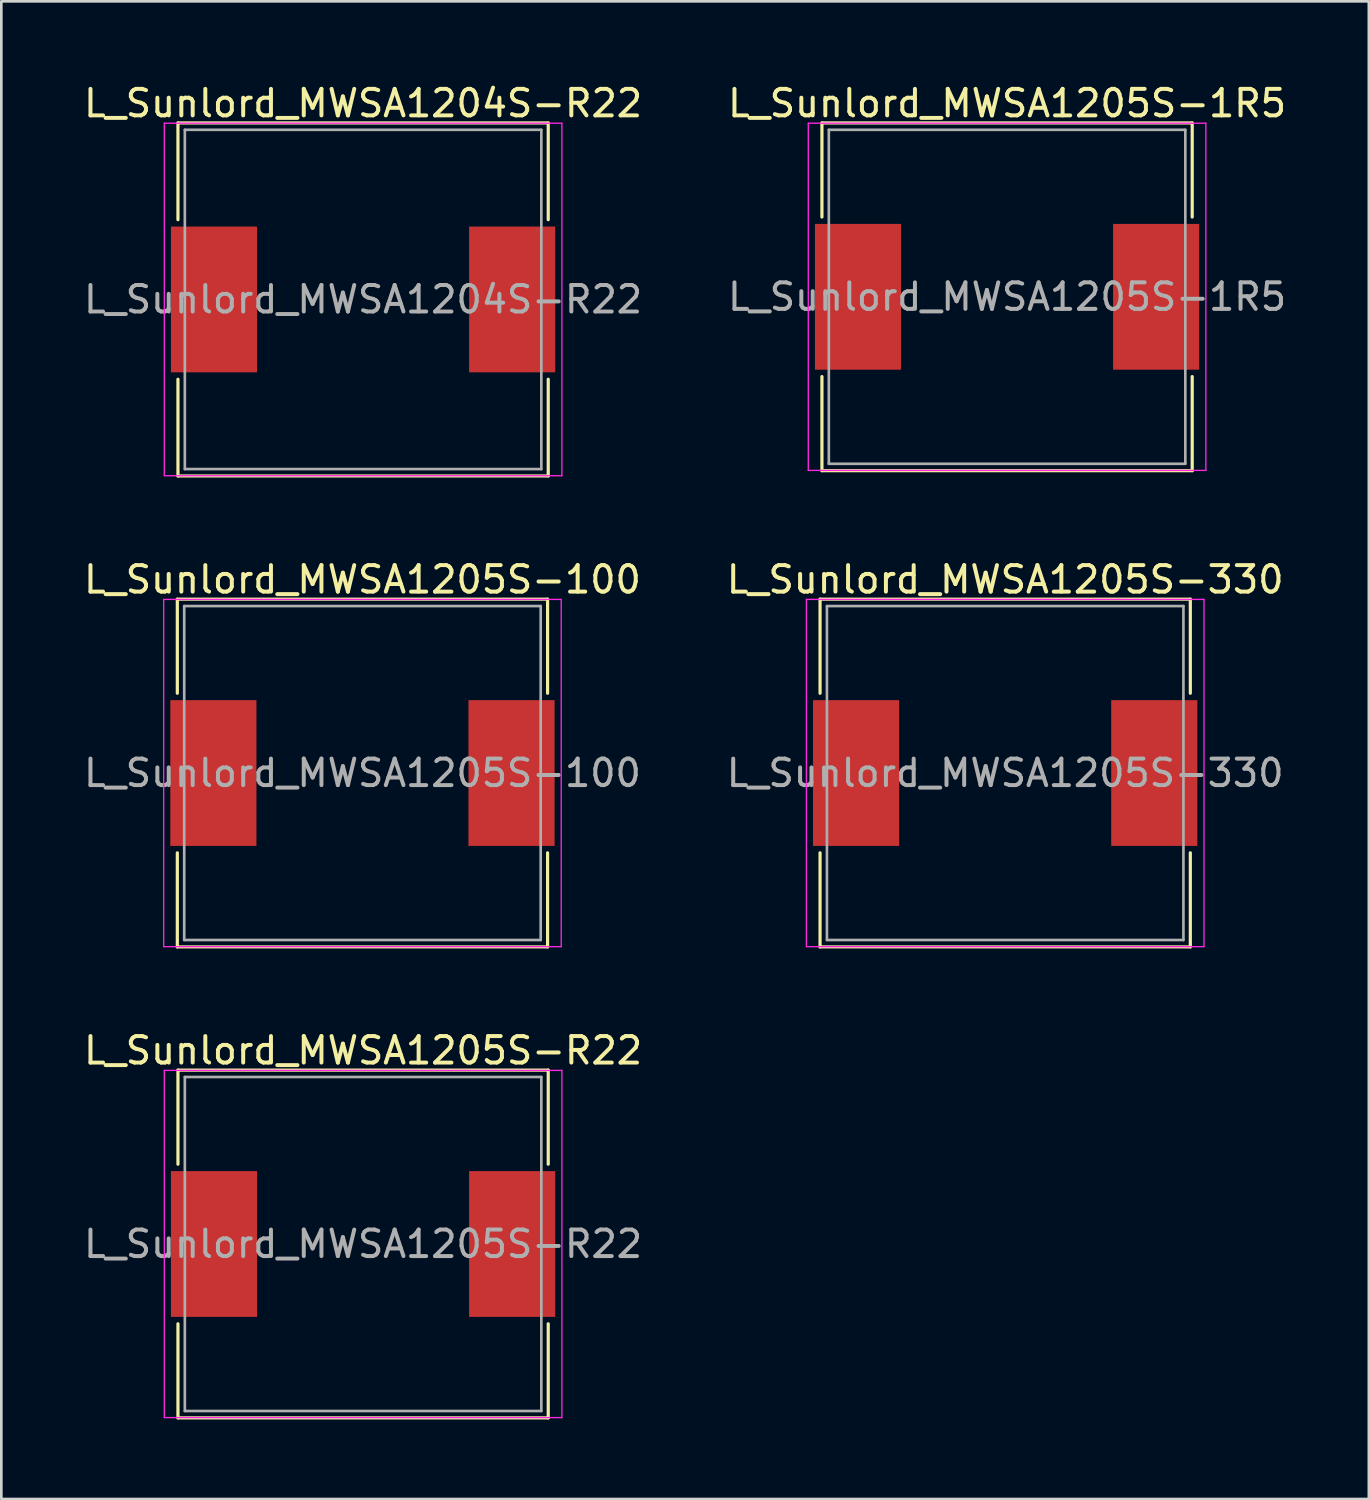
<source format=kicad_pcb>
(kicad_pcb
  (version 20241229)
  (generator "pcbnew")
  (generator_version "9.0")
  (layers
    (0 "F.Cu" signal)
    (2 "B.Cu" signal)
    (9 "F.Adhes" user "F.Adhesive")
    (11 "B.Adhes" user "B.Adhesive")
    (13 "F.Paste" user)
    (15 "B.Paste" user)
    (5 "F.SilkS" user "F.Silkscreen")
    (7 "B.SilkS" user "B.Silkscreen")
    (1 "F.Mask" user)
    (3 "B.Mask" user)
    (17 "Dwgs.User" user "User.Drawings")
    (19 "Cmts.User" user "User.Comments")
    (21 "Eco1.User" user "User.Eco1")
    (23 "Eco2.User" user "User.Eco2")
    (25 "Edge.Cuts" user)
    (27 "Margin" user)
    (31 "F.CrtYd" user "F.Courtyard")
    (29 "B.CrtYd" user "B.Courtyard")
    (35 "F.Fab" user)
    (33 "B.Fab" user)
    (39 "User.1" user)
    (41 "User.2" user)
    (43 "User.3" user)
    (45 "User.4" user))
  (footprint "L_Sunlord_MWSA1205S-1R5"
    (layer "F.Cu")
    (at 34.946 8.148)
    (property "Reference" "L_Sunlord_MWSA1205S-1R5" (at 0 -7.3 0) (layer "F.SilkS") (effects (font (size 1 1) (thickness 0.15))))
    (attr smd)
    (fp_line (start -6.985 -6.56) (end -6.985 -3.01) (stroke (width 0.12) (type solid)) (layer "F.SilkS"))
    (fp_line (start -6.985 -6.56) (end 6.985 -6.56) (stroke (width 0.12) (type solid)) (layer "F.SilkS"))
    (fp_line (start -6.985 6.56) (end -6.985 3.01) (stroke (width 0.12) (type solid)) (layer "F.SilkS"))
    (fp_line (start -6.985 6.56) (end 6.985 6.56) (stroke (width 0.12) (type solid)) (layer "F.SilkS"))
    (fp_line (start 6.985 -6.56) (end 6.985 -3.01) (stroke (width 0.12) (type solid)) (layer "F.SilkS"))
    (fp_line (start 6.985 6.56) (end 6.985 3.01) (stroke (width 0.12) (type solid)) (layer "F.SilkS"))
    (fp_line (start -7.5 -6.55) (end -7.5 6.55) (stroke (width 0.05) (type solid)) (layer "F.CrtYd"))
    (fp_line (start -7.5 6.55) (end 7.5 6.55) (stroke (width 0.05) (type solid)) (layer "F.CrtYd"))
    (fp_line (start 7.5 -6.55) (end -7.5 -6.55) (stroke (width 0.05) (type solid)) (layer "F.CrtYd"))
    (fp_line (start 7.5 6.55) (end 7.5 -6.55) (stroke (width 0.05) (type solid)) (layer "F.CrtYd"))
    (fp_line (start -6.725 -6.3) (end -6.725 6.3) (stroke (width 0.1) (type solid)) (layer "F.Fab"))
    (fp_line (start -6.725 6.3) (end 6.725 6.3) (stroke (width 0.1) (type solid)) (layer "F.Fab"))
    (fp_line (start 6.725 -6.3) (end -6.725 -6.3) (stroke (width 0.1) (type solid)) (layer "F.Fab"))
    (fp_line (start 6.725 6.3) (end 6.725 -6.3) (stroke (width 0.1) (type solid)) (layer "F.Fab"))
    (fp_text user "${REFERENCE}" (at 0 0 0) (layer "F.Fab") (effects (font (size 1 1) (thickness 0.15))))
    (pad "1" smd rect (at -5.625 0) (size 3.25 5.5) (layers "F.Cu" "F.Mask" "F.Paste"))
    (pad "2" smd rect (at 5.625 0) (size 3.25 5.5) (layers "F.Cu" "F.Mask" "F.Paste")))
  (footprint "L_Sunlord_MWSA1205S-R22"
    (layer "F.Cu")
    (at 10.649 43.885)
    (property "Reference" "L_Sunlord_MWSA1205S-R22" (at 0 -7.3 0) (layer "F.SilkS") (effects (font (size 1 1) (thickness 0.15))))
    (attr smd)
    (fp_line (start -6.985 -6.56) (end -6.985 -3.01) (stroke (width 0.12) (type solid)) (layer "F.SilkS"))
    (fp_line (start -6.985 -6.56) (end 6.985 -6.56) (stroke (width 0.12) (type solid)) (layer "F.SilkS"))
    (fp_line (start -6.985 6.56) (end -6.985 3.01) (stroke (width 0.12) (type solid)) (layer "F.SilkS"))
    (fp_line (start -6.985 6.56) (end 6.985 6.56) (stroke (width 0.12) (type solid)) (layer "F.SilkS"))
    (fp_line (start 6.985 -6.56) (end 6.985 -3.01) (stroke (width 0.12) (type solid)) (layer "F.SilkS"))
    (fp_line (start 6.985 6.56) (end 6.985 3.01) (stroke (width 0.12) (type solid)) (layer "F.SilkS"))
    (fp_line (start -7.5 -6.55) (end -7.5 6.55) (stroke (width 0.05) (type solid)) (layer "F.CrtYd"))
    (fp_line (start -7.5 6.55) (end 7.5 6.55) (stroke (width 0.05) (type solid)) (layer "F.CrtYd"))
    (fp_line (start 7.5 -6.55) (end -7.5 -6.55) (stroke (width 0.05) (type solid)) (layer "F.CrtYd"))
    (fp_line (start 7.5 6.55) (end 7.5 -6.55) (stroke (width 0.05) (type solid)) (layer "F.CrtYd"))
    (fp_line (start -6.725 -6.3) (end -6.725 6.3) (stroke (width 0.1) (type solid)) (layer "F.Fab"))
    (fp_line (start -6.725 6.3) (end 6.725 6.3) (stroke (width 0.1) (type solid)) (layer "F.Fab"))
    (fp_line (start 6.725 -6.3) (end -6.725 -6.3) (stroke (width 0.1) (type solid)) (layer "F.Fab"))
    (fp_line (start 6.725 6.3) (end 6.725 -6.3) (stroke (width 0.1) (type solid)) (layer "F.Fab"))
    (fp_text user "${REFERENCE}" (at 0 0 0) (layer "F.Fab") (effects (font (size 1 1) (thickness 0.15))))
    (pad "1" smd rect (at -5.625 0) (size 3.25 5.5) (layers "F.Cu" "F.Mask" "F.Paste"))
    (pad "2" smd rect (at 5.625 0) (size 3.25 5.5) (layers "F.Cu" "F.Mask" "F.Paste")))
  (footprint "L_Sunlord_MWSA1205S-100"
    (layer "F.Cu")
    (at 10.625 26.116)
    (property "Reference" "L_Sunlord_MWSA1205S-100" (at 0 -7.3 0) (layer "F.SilkS") (effects (font (size 1 1) (thickness 0.15))))
    (attr smd)
    (fp_line (start -6.985 -6.56) (end -6.985 -3.01) (stroke (width 0.12) (type solid)) (layer "F.SilkS"))
    (fp_line (start -6.985 -6.56) (end 6.985 -6.56) (stroke (width 0.12) (type solid)) (layer "F.SilkS"))
    (fp_line (start -6.985 6.56) (end -6.985 3.01) (stroke (width 0.12) (type solid)) (layer "F.SilkS"))
    (fp_line (start -6.985 6.56) (end 6.985 6.56) (stroke (width 0.12) (type solid)) (layer "F.SilkS"))
    (fp_line (start 6.985 -6.56) (end 6.985 -3.01) (stroke (width 0.12) (type solid)) (layer "F.SilkS"))
    (fp_line (start 6.985 6.56) (end 6.985 3.01) (stroke (width 0.12) (type solid)) (layer "F.SilkS"))
    (fp_line (start -7.5 -6.55) (end -7.5 6.55) (stroke (width 0.05) (type solid)) (layer "F.CrtYd"))
    (fp_line (start -7.5 6.55) (end 7.5 6.55) (stroke (width 0.05) (type solid)) (layer "F.CrtYd"))
    (fp_line (start 7.5 -6.55) (end -7.5 -6.55) (stroke (width 0.05) (type solid)) (layer "F.CrtYd"))
    (fp_line (start 7.5 6.55) (end 7.5 -6.55) (stroke (width 0.05) (type solid)) (layer "F.CrtYd"))
    (fp_line (start -6.725 -6.3) (end -6.725 6.3) (stroke (width 0.1) (type solid)) (layer "F.Fab"))
    (fp_line (start -6.725 6.3) (end 6.725 6.3) (stroke (width 0.1) (type solid)) (layer "F.Fab"))
    (fp_line (start 6.725 -6.3) (end -6.725 -6.3) (stroke (width 0.1) (type solid)) (layer "F.Fab"))
    (fp_line (start 6.725 6.3) (end 6.725 -6.3) (stroke (width 0.1) (type solid)) (layer "F.Fab"))
    (fp_text user "${REFERENCE}" (at 0 0 0) (layer "F.Fab") (effects (font (size 1 1) (thickness 0.15))))
    (pad "1" smd rect (at -5.625 0) (size 3.25 5.5) (layers "F.Cu" "F.Mask" "F.Paste"))
    (pad "2" smd rect (at 5.625 0) (size 3.25 5.5) (layers "F.Cu" "F.Mask" "F.Paste")))
  (footprint "L_Sunlord_MWSA1204S-R22"
    (layer "F.Cu")
    (at 10.649 8.248)
    (property "Reference" "L_Sunlord_MWSA1204S-R22" (at 0 -7.4 0) (layer "F.SilkS") (effects (font (size 1 1) (thickness 0.15))))
    (attr smd)
    (fp_line (start -6.985 -6.66) (end -6.985 -3.01) (stroke (width 0.12) (type solid)) (layer "F.SilkS"))
    (fp_line (start -6.985 -6.66) (end 6.985 -6.66) (stroke (width 0.12) (type solid)) (layer "F.SilkS"))
    (fp_line (start -6.985 6.66) (end -6.985 3.01) (stroke (width 0.12) (type solid)) (layer "F.SilkS"))
    (fp_line (start -6.985 6.66) (end 6.985 6.66) (stroke (width 0.12) (type solid)) (layer "F.SilkS"))
    (fp_line (start 6.985 -6.66) (end 6.985 -3.01) (stroke (width 0.12) (type solid)) (layer "F.SilkS"))
    (fp_line (start 6.985 6.66) (end 6.985 3.01) (stroke (width 0.12) (type solid)) (layer "F.SilkS"))
    (fp_line (start -7.5 -6.65) (end -7.5 6.65) (stroke (width 0.05) (type solid)) (layer "F.CrtYd"))
    (fp_line (start -7.5 6.65) (end 7.5 6.65) (stroke (width 0.05) (type solid)) (layer "F.CrtYd"))
    (fp_line (start 7.5 -6.65) (end -7.5 -6.65) (stroke (width 0.05) (type solid)) (layer "F.CrtYd"))
    (fp_line (start 7.5 6.65) (end 7.5 -6.65) (stroke (width 0.05) (type solid)) (layer "F.CrtYd"))
    (fp_line (start -6.725 -6.4) (end -6.725 6.4) (stroke (width 0.1) (type solid)) (layer "F.Fab"))
    (fp_line (start -6.725 6.4) (end 6.725 6.4) (stroke (width 0.1) (type solid)) (layer "F.Fab"))
    (fp_line (start 6.725 -6.4) (end -6.725 -6.4) (stroke (width 0.1) (type solid)) (layer "F.Fab"))
    (fp_line (start 6.725 6.4) (end 6.725 -6.4) (stroke (width 0.1) (type solid)) (layer "F.Fab"))
    (fp_text user "${REFERENCE}" (at 0 0 0) (layer "F.Fab") (effects (font (size 1 1) (thickness 0.15))))
    (pad "1" smd rect (at -5.625 0) (size 3.25 5.5) (layers "F.Cu" "F.Mask" "F.Paste"))
    (pad "2" smd rect (at 5.625 0) (size 3.25 5.5) (layers "F.Cu" "F.Mask" "F.Paste")))
  (footprint "L_Sunlord_MWSA1205S-330"
    (layer "F.Cu")
    (at 34.875 26.116)
    (property "Reference" "L_Sunlord_MWSA1205S-330" (at 0 -7.3 0) (layer "F.SilkS") (effects (font (size 1 1) (thickness 0.15))))
    (attr smd)
    (fp_line (start -6.985 -6.56) (end -6.985 -3.01) (stroke (width 0.12) (type solid)) (layer "F.SilkS"))
    (fp_line (start -6.985 -6.56) (end 6.985 -6.56) (stroke (width 0.12) (type solid)) (layer "F.SilkS"))
    (fp_line (start -6.985 6.56) (end -6.985 3.01) (stroke (width 0.12) (type solid)) (layer "F.SilkS"))
    (fp_line (start -6.985 6.56) (end 6.985 6.56) (stroke (width 0.12) (type solid)) (layer "F.SilkS"))
    (fp_line (start 6.985 -6.56) (end 6.985 -3.01) (stroke (width 0.12) (type solid)) (layer "F.SilkS"))
    (fp_line (start 6.985 6.56) (end 6.985 3.01) (stroke (width 0.12) (type solid)) (layer "F.SilkS"))
    (fp_line (start -7.5 -6.55) (end -7.5 6.55) (stroke (width 0.05) (type solid)) (layer "F.CrtYd"))
    (fp_line (start -7.5 6.55) (end 7.5 6.55) (stroke (width 0.05) (type solid)) (layer "F.CrtYd"))
    (fp_line (start 7.5 -6.55) (end -7.5 -6.55) (stroke (width 0.05) (type solid)) (layer "F.CrtYd"))
    (fp_line (start 7.5 6.55) (end 7.5 -6.55) (stroke (width 0.05) (type solid)) (layer "F.CrtYd"))
    (fp_line (start -6.725 -6.3) (end -6.725 6.3) (stroke (width 0.1) (type solid)) (layer "F.Fab"))
    (fp_line (start -6.725 6.3) (end 6.725 6.3) (stroke (width 0.1) (type solid)) (layer "F.Fab"))
    (fp_line (start 6.725 -6.3) (end -6.725 -6.3) (stroke (width 0.1) (type solid)) (layer "F.Fab"))
    (fp_line (start 6.725 6.3) (end 6.725 -6.3) (stroke (width 0.1) (type solid)) (layer "F.Fab"))
    (fp_text user "${REFERENCE}" (at 0 0 0) (layer "F.Fab") (effects (font (size 1 1) (thickness 0.15))))
    (pad "1" smd rect (at -5.625 0) (size 3.25 5.5) (layers "F.Cu" "F.Mask" "F.Paste"))
    (pad "2" smd rect (at 5.625 0) (size 3.25 5.5) (layers "F.Cu" "F.Mask" "F.Paste")))
  (gr_rect
    (start -3 -3)
    (end 48.595 53.505)
    (stroke (width 0.1) (type default))
    (fill no)
    (layer "Edge.Cuts")))
</source>
